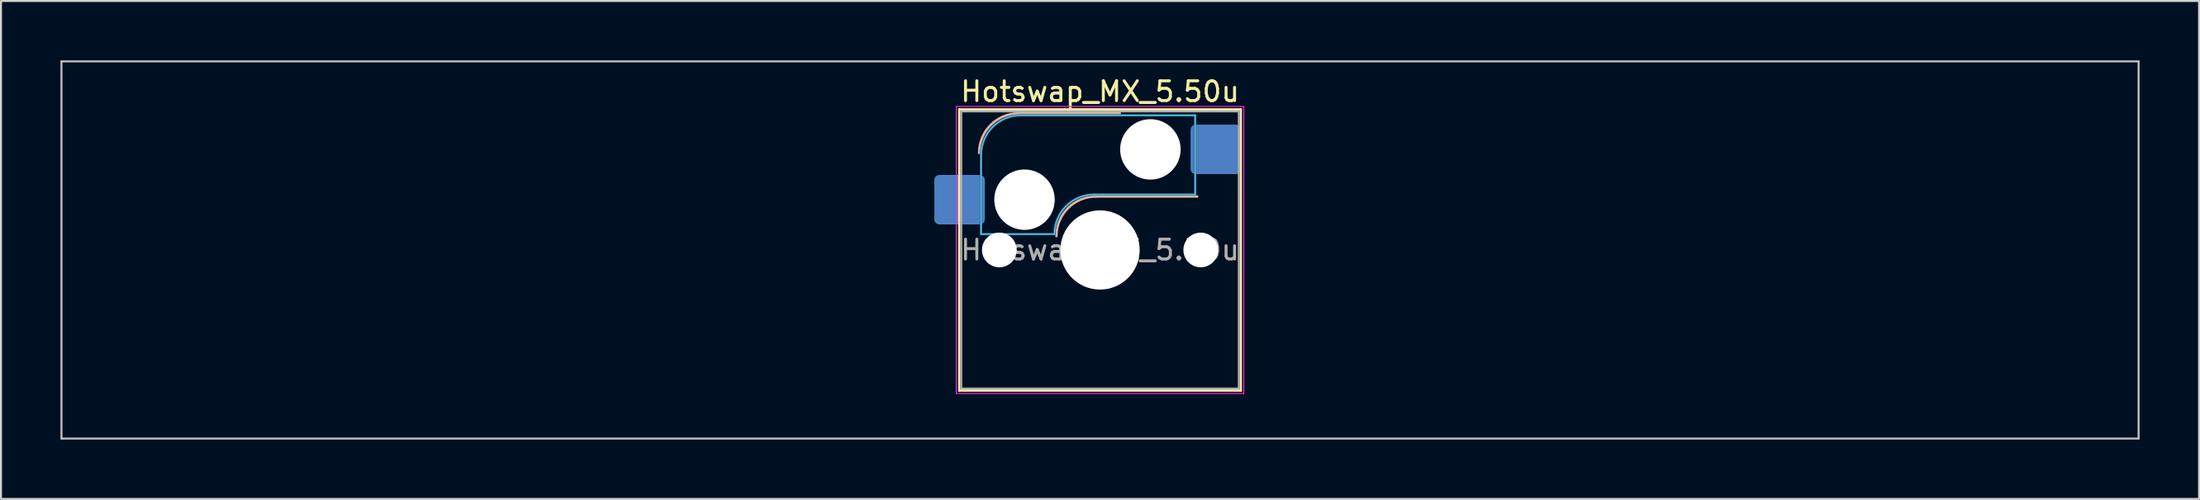
<source format=kicad_pcb>
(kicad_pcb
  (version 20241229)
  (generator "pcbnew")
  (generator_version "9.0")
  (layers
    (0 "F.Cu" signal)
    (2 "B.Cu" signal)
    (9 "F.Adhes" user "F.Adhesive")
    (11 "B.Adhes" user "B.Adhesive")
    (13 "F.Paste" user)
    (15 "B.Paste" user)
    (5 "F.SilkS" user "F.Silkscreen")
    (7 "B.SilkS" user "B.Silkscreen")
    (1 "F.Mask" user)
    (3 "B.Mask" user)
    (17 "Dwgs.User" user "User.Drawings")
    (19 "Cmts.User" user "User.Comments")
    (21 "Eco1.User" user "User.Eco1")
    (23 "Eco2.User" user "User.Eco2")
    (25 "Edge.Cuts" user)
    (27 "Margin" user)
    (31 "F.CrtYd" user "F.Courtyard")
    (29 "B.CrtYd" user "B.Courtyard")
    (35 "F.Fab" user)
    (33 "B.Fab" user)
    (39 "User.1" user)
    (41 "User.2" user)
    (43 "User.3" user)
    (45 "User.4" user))
  (footprint "Hotswap_MX_5.50u"
    (layer "F.Cu")
    (at 52.438 9.575)
    (property "Reference" "Hotswap_MX_5.50u" (at 0 -8 0) (layer "F.SilkS") (effects (font (size 1 1) (thickness 0.15))))
    (attr smd)
    (fp_line (start -7.1 -7.1) (end -7.1 7.1) (stroke (width 0.12) (type solid)) (layer "F.SilkS"))
    (fp_line (start -7.1 7.1) (end 7.1 7.1) (stroke (width 0.12) (type solid)) (layer "F.SilkS"))
    (fp_line (start 7.1 -7.1) (end -7.1 -7.1) (stroke (width 0.12) (type solid)) (layer "F.SilkS"))
    (fp_line (start 7.1 7.1) (end 7.1 -7.1) (stroke (width 0.12) (type solid)) (layer "F.SilkS"))
    (fp_line (start -4.1 -6.9) (end 1 -6.9) (stroke (width 0.12) (type solid)) (layer "B.SilkS"))
    (fp_line (start -0.2 -2.7) (end 4.9 -2.7) (stroke (width 0.12) (type solid)) (layer "B.SilkS"))
    (fp_arc (start -6.1 -4.9) (mid -5.514214 -6.314214) (end -4.1 -6.9) (stroke (width 0.12) (type solid)) (layer "B.SilkS"))
    (fp_arc (start -2.2 -0.7) (mid -1.614214 -2.114214) (end -0.2 -2.7) (stroke (width 0.12) (type solid)) (layer "B.SilkS"))
    (fp_line (start -52.388 -9.525) (end -52.388 9.525) (stroke (width 0.1) (type solid)) (layer "Dwgs.User"))
    (fp_line (start -52.388 9.525) (end 52.388 9.525) (stroke (width 0.1) (type solid)) (layer "Dwgs.User"))
    (fp_line (start 52.388 -9.525) (end -52.388 -9.525) (stroke (width 0.1) (type solid)) (layer "Dwgs.User"))
    (fp_line (start 52.388 9.525) (end 52.388 -9.525) (stroke (width 0.1) (type solid)) (layer "Dwgs.User"))
    (fp_line (start -7.8 -6) (end -7 -6) (stroke (width 0.1) (type solid)) (layer "Eco1.User"))
    (fp_line (start -7.8 -2.9) (end -7.8 -6) (stroke (width 0.1) (type solid)) (layer "Eco1.User"))
    (fp_line (start -7.8 2.9) (end -7 2.9) (stroke (width 0.1) (type solid)) (layer "Eco1.User"))
    (fp_line (start -7.8 6) (end -7.8 2.9) (stroke (width 0.1) (type solid)) (layer "Eco1.User"))
    (fp_line (start -7 -7) (end 7 -7) (stroke (width 0.1) (type solid)) (layer "Eco1.User"))
    (fp_line (start -7 -6) (end -7 -7) (stroke (width 0.1) (type solid)) (layer "Eco1.User"))
    (fp_line (start -7 -2.9) (end -7.8 -2.9) (stroke (width 0.1) (type solid)) (layer "Eco1.User"))
    (fp_line (start -7 2.9) (end -7 -2.9) (stroke (width 0.1) (type solid)) (layer "Eco1.User"))
    (fp_line (start -7 6) (end -7.8 6) (stroke (width 0.1) (type solid)) (layer "Eco1.User"))
    (fp_line (start -7 7) (end -7 6) (stroke (width 0.1) (type solid)) (layer "Eco1.User"))
    (fp_line (start 7 -7) (end 7 -6) (stroke (width 0.1) (type solid)) (layer "Eco1.User"))
    (fp_line (start 7 -6) (end 7.8 -6) (stroke (width 0.1) (type solid)) (layer "Eco1.User"))
    (fp_line (start 7 -2.9) (end 7 2.9) (stroke (width 0.1) (type solid)) (layer "Eco1.User"))
    (fp_line (start 7 2.9) (end 7.8 2.9) (stroke (width 0.1) (type solid)) (layer "Eco1.User"))
    (fp_line (start 7 6) (end 7 7) (stroke (width 0.1) (type solid)) (layer "Eco1.User"))
    (fp_line (start 7 7) (end -7 7) (stroke (width 0.1) (type solid)) (layer "Eco1.User"))
    (fp_line (start 7.8 -6) (end 7.8 -2.9) (stroke (width 0.1) (type solid)) (layer "Eco1.User"))
    (fp_line (start 7.8 -2.9) (end 7 -2.9) (stroke (width 0.1) (type solid)) (layer "Eco1.User"))
    (fp_line (start 7.8 2.9) (end 7.8 6) (stroke (width 0.1) (type solid)) (layer "Eco1.User"))
    (fp_line (start 7.8 6) (end 7 6) (stroke (width 0.1) (type solid)) (layer "Eco1.User"))
    (fp_line (start -6 -0.8) (end -6 -4.8) (stroke (width 0.05) (type solid)) (layer "B.CrtYd"))
    (fp_line (start -6 -0.8) (end -2.3 -0.8) (stroke (width 0.05) (type solid)) (layer "B.CrtYd"))
    (fp_line (start -4 -6.8) (end 4.8 -6.8) (stroke (width 0.05) (type solid)) (layer "B.CrtYd"))
    (fp_line (start -0.3 -2.8) (end 4.8 -2.8) (stroke (width 0.05) (type solid)) (layer "B.CrtYd"))
    (fp_line (start 4.8 -6.8) (end 4.8 -2.8) (stroke (width 0.05) (type solid)) (layer "B.CrtYd"))
    (fp_arc (start -6 -4.8) (mid -5.414214 -6.214214) (end -4 -6.8) (stroke (width 0.05) (type solid)) (layer "B.CrtYd"))
    (fp_arc (start -2.3 -0.8) (mid -1.714214 -2.214214) (end -0.3 -2.8) (stroke (width 0.05) (type solid)) (layer "B.CrtYd"))
    (fp_line (start -7.25 -7.25) (end -7.25 7.25) (stroke (width 0.05) (type solid)) (layer "F.CrtYd"))
    (fp_line (start -7.25 7.25) (end 7.25 7.25) (stroke (width 0.05) (type solid)) (layer "F.CrtYd"))
    (fp_line (start 7.25 -7.25) (end -7.25 -7.25) (stroke (width 0.05) (type solid)) (layer "F.CrtYd"))
    (fp_line (start 7.25 7.25) (end 7.25 -7.25) (stroke (width 0.05) (type solid)) (layer "F.CrtYd"))
    (fp_line (start -6 -0.8) (end -6 -4.8) (stroke (width 0.12) (type solid)) (layer "B.Fab"))
    (fp_line (start -6 -0.8) (end -2.3 -0.8) (stroke (width 0.12) (type solid)) (layer "B.Fab"))
    (fp_line (start -4 -6.8) (end 4.8 -6.8) (stroke (width 0.12) (type solid)) (layer "B.Fab"))
    (fp_line (start -0.3 -2.8) (end 4.8 -2.8) (stroke (width 0.12) (type solid)) (layer "B.Fab"))
    (fp_line (start 4.8 -6.8) (end 4.8 -2.8) (stroke (width 0.12) (type solid)) (layer "B.Fab"))
    (fp_arc (start -6 -4.8) (mid -5.414214 -6.214214) (end -4 -6.8) (stroke (width 0.12) (type solid)) (layer "B.Fab"))
    (fp_arc (start -2.3 -0.8) (mid -1.714214 -2.214214) (end -0.3 -2.8) (stroke (width 0.12) (type solid)) (layer "B.Fab"))
    (fp_line (start -7 -7) (end -7 7) (stroke (width 0.1) (type solid)) (layer "F.Fab"))
    (fp_line (start -7 7) (end 7 7) (stroke (width 0.1) (type solid)) (layer "F.Fab"))
    (fp_line (start 7 -7) (end -7 -7) (stroke (width 0.1) (type solid)) (layer "F.Fab"))
    (fp_line (start 7 7) (end 7 -7) (stroke (width 0.1) (type solid)) (layer "F.Fab"))
    (fp_text user "${REFERENCE}" (at 0 0 0) (layer "F.Fab") (effects (font (size 1 1) (thickness 0.15))))
    (pad "" np_thru_hole circle (at -5.08 0) (size 1.75 1.75) (drill 1.75) (layers "*.Cu" "*.Mask"))
    (pad "" np_thru_hole circle (at -3.81 -2.54) (size 3.05 3.05) (drill 3.05) (layers "*.Cu" "*.Mask"))
    (pad "" np_thru_hole circle (at 0 0) (size 4 4) (drill 4) (layers "*.Cu" "*.Mask"))
    (pad "" np_thru_hole circle (at 2.54 -5.08) (size 3.05 3.05) (drill 3.05) (layers "*.Cu" "*.Mask"))
    (pad "" np_thru_hole circle (at 5.08 0) (size 1.75 1.75) (drill 1.75) (layers "*.Cu" "*.Mask"))
    (pad "1" smd roundrect (at -7.085 -2.54) (size 2.55 2.5) (layers "B.Cu" "B.Mask" "B.Paste") (roundrect_rratio 0.1))
    (pad "2" smd roundrect (at 5.842 -5.08) (size 2.55 2.5) (layers "B.Cu" "B.Mask" "B.Paste") (roundrect_rratio 0.1)))
  (gr_rect
    (start -3 -3)
    (end 107.875 22.15)
    (stroke (width 0.1) (type default))
    (fill no)
    (layer "Edge.Cuts")))
</source>
